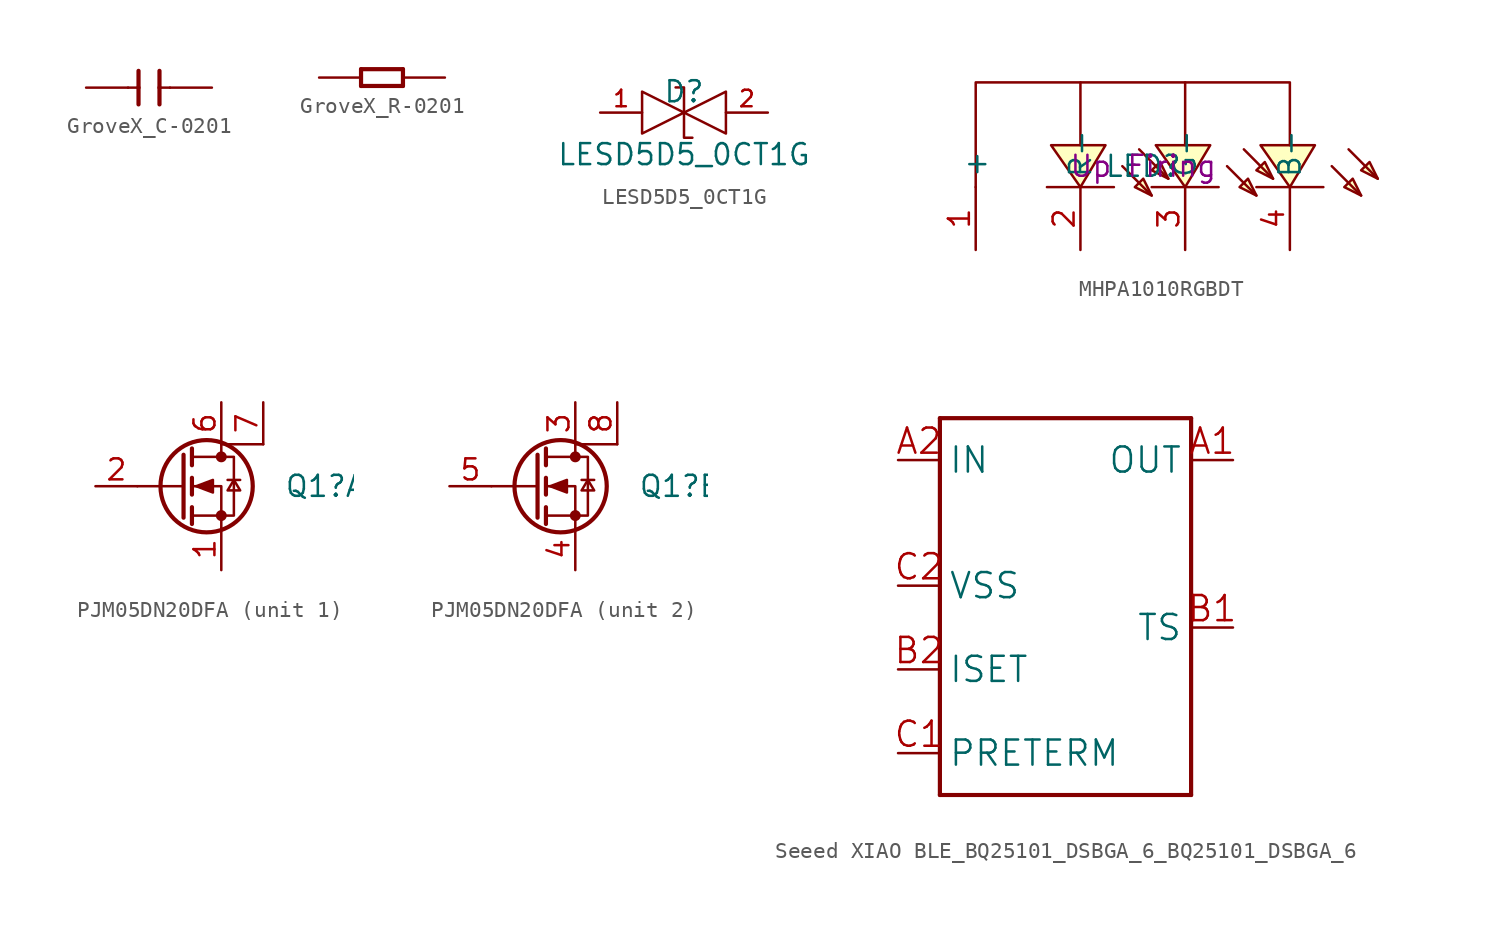
<source format=kicad_sym>
(kicad_symbol_lib
  (version 20241209)
  (generator "kicad_symbol_editor")
  (generator_version "9.0")
  (symbol "GroveX_C-0201"
    (property "Reference" "C"
      (at -2.54 0 0)
      (effects (font (size 0.635 0.54)) (justify left bottom) (hide yes)))
    (property "ki_locked" ""
      (at 0 0 0)
      (effects (font (size 1.27 1.27))))
    (symbol "GroveX_C-0201_1_0"
      (polyline (pts (xy -1.27 0) (xy -0.635 0)) (stroke (width 0.152) (type solid)) (fill (type none)))
      (polyline (pts (xy -0.635 0) (xy -0.635 1.016)) (stroke (width 0.254) (type solid)) (fill (type none)))
      (polyline (pts (xy -0.635 -1.016) (xy -0.635 0)) (stroke (width 0.254) (type solid)) (fill (type none)))
      (polyline (pts (xy 0.635 1.016) (xy 0.635 0)) (stroke (width 0.254) (type solid)) (fill (type none)))
      (polyline (pts (xy 0.635 0) (xy 0.635 -1.016)) (stroke (width 0.254) (type solid)) (fill (type none)))
      (polyline (pts (xy 0.635 0) (xy 1.27 0)) (stroke (width 0.152) (type solid)) (fill (type none)))
      (pin passive line (at -3.81 0 0) (length 2.54) (name "1" (effects (font (size 0 0)))) (number "1" (effects (font (size 0 0)))))
      (pin passive line (at 3.81 0 180) (length 2.54) (name "2" (effects (font (size 0 0)))) (number "2" (effects (font (size 0 0)))))))
  (symbol "GroveX_R-0201"
    (property "Reference" "R"
      (at -2.54 0 0)
      (effects (font (size 0.635 0.54)) (justify left bottom) (hide yes)))
    (property "ki_locked" ""
      (at 0 0 0)
      (effects (font (size 1.27 1.27))))
    (symbol "GroveX_R-0201_1_0"
      (polyline (pts (xy -1.27 0.508) (xy 1.27 0.508)) (stroke (width 0.254) (type solid)) (fill (type none)))
      (polyline (pts (xy -1.27 -0.508) (xy -1.27 0.508)) (stroke (width 0.254) (type solid)) (fill (type none)))
      (polyline (pts (xy 1.27 0.508) (xy 1.27 -0.508)) (stroke (width 0.254) (type solid)) (fill (type none)))
      (polyline (pts (xy 1.27 -0.508) (xy -1.27 -0.508)) (stroke (width 0.254) (type solid)) (fill (type none)))
      (pin passive line (at -3.81 0 0) (length 2.54) (name "1" (effects (font (size 0 0)))) (number "1" (effects (font (size 0 0)))))
      (pin passive line (at 3.81 0 180) (length 2.54) (name "2" (effects (font (size 0 0)))) (number "2" (effects (font (size 0 0)))))))
  (symbol "LESD5D5_0CT1G"
    (pin_names
      (hide yes))
    (property "Reference" "D"
      (at 0 1.27 0)
      (effects (font (size 1.27 1.27))))
    (property "Value" "LESD5D5_0CT1G"
      (at 0 -2.54 0)
      (effects (font (size 1.27 1.27))))
    (symbol "LESD5D5_0CT1G_0_1"
      (polyline (pts (xy -0.508 1.524) (xy -0.508 1.524) (xy 0 1.524) (xy 0 -1.524) (xy 0.508 -1.524) (xy 0.508 -1.524)) (stroke (width 0) (type default)) (fill (type none)))
      (pin unspecified line (at -5.08 0 0) (length 2.54) (name "1" (effects (font (size 1 1)))) (number "1" (effects (font (size 1 1)))))
      (pin unspecified line (at 5.08 0 180) (length 2.54) (name "2" (effects (font (size 1 1)))) (number "2" (effects (font (size 1 1))))))
    (symbol "LESD5D5_0CT1G_1_1"
      (polyline (pts (xy -2.54 1.27) (xy 0 0) (xy -2.54 -1.27) (xy -2.54 1.27)) (stroke (width 0) (type default)) (fill (type none)))
      (polyline (pts (xy 2.54 1.27) (xy 0 0) (xy 2.54 -1.27) (xy 2.54 1.27)) (stroke (width 0) (type default)) (fill (type none)))))
  (symbol "MHPA1010RGBDT"
    (property "Reference" "LED"
      (at 0 0 0)
      (effects (font (size 1.27 1.27))))
    (property "Note" "Up Firing"
      (at 0 0 0)
      (effects (font (size 1.27 1.27))))
    (symbol "MHPA1010RGBDT_0_1"
      (polyline (pts (xy -5.84 -1.27) (xy -1.78 -1.27)) (stroke (width 0) (type default)) (fill (type none)))
      (polyline (pts (xy -3.81 5.08) (xy -3.81 1.27)) (stroke (width 0) (type default)) (fill (type none)))
      (polyline (pts (xy -2.29 1.27) (xy -3.81 -1.27) (xy -5.59 1.27) (xy -2.29 1.27)) (stroke (width 0) (type default)) (fill (type background)))
      (polyline (pts (xy -1.27 0) (xy 0.51 -1.78)) (stroke (width 0) (type default)) (fill (type none)))
      (polyline (pts (xy -0.25 1.02) (xy 1.52 -0.76)) (stroke (width 0) (type default)) (fill (type none)))
      (polyline (pts (xy 0.51 -1.27) (xy 4.57 -1.27)) (stroke (width 0) (type default)) (fill (type none)))
      (polyline (pts (xy 0.51 -1.78) (xy -0.51 -1.27) (xy 0 -0.76) (xy 0.51 -1.78)) (stroke (width 0) (type default)) (fill (type background)))
      (polyline (pts (xy 1.52 -0.76) (xy 0.51 -0.25) (xy 1.02 0.25) (xy 1.52 -0.76)) (stroke (width 0) (type default)) (fill (type background)))
      (polyline (pts (xy 2.54 5.08) (xy 2.54 1.27)) (stroke (width 0) (type default)) (fill (type none)))
      (polyline (pts (xy 4.06 1.27) (xy 2.54 -1.27) (xy 0.76 1.27) (xy 4.06 1.27)) (stroke (width 0) (type default)) (fill (type background)))
      (polyline (pts (xy 5.08 0) (xy 6.86 -1.78)) (stroke (width 0) (type default)) (fill (type none)))
      (polyline (pts (xy 6.1 1.02) (xy 7.87 -0.76)) (stroke (width 0) (type default)) (fill (type none)))
      (polyline (pts (xy 6.86 -1.27) (xy 10.92 -1.27)) (stroke (width 0) (type default)) (fill (type none)))
      (polyline (pts (xy 6.86 -1.78) (xy 5.84 -1.27) (xy 6.35 -0.76) (xy 6.86 -1.78)) (stroke (width 0) (type default)) (fill (type background)))
      (polyline (pts (xy 7.87 -0.76) (xy 6.86 -0.25) (xy 7.37 0.25) (xy 7.87 -0.76)) (stroke (width 0) (type default)) (fill (type background)))
      (polyline (pts (xy 8.89 1.27) (xy 8.89 5.08) (xy -10.16 5.08) (xy -10.16 -1.27)) (stroke (width 0) (type default)) (fill (type none)))
      (polyline (pts (xy 10.41 1.27) (xy 8.89 -1.27) (xy 7.11 1.27) (xy 10.41 1.27)) (stroke (width 0) (type default)) (fill (type background)))
      (polyline (pts (xy 11.43 0) (xy 13.21 -1.78)) (stroke (width 0) (type default)) (fill (type none)))
      (polyline (pts (xy 12.45 1.02) (xy 14.22 -0.76)) (stroke (width 0) (type default)) (fill (type none)))
      (polyline (pts (xy 13.21 -1.78) (xy 12.19 -1.27) (xy 12.7 -0.76) (xy 13.21 -1.78)) (stroke (width 0) (type default)) (fill (type background)))
      (polyline (pts (xy 14.22 -0.76) (xy 13.21 -0.25) (xy 13.72 0.25) (xy 14.22 -0.76)) (stroke (width 0) (type default)) (fill (type background)))
      (pin unspecified line (at -10.16 -5.08 90) (length 3.81) (name "+" (effects (font (size 1.27 1.27)))) (number "1" (effects (font (size 1.27 1.27)))))
      (pin unspecified line (at -3.81 -5.08 90) (length 3.81) (name "R-" (effects (font (size 1.27 1.27)))) (number "2" (effects (font (size 1.27 1.27)))))
      (pin unspecified line (at 2.54 -5.08 90) (length 3.81) (name "G-" (effects (font (size 1.27 1.27)))) (number "3" (effects (font (size 1.27 1.27)))))
      (pin unspecified line (at 8.89 -5.08 90) (length 3.81) (name "B-" (effects (font (size 1.27 1.27)))) (number "4" (effects (font (size 1.27 1.27)))))))
  (symbol "PJM05DN20DFA"
    (pin_names
      (offset 0)
      (hide yes))
    (property "Reference" "Q1"
      (at 6.35 0.0001 0)
      (effects (font (size 1.27 1.27)) (justify left)))
    (symbol "PJM05DN20DFA_0_1"
      (polyline (pts (xy 0.254 1.905) (xy 0.254 -1.905)) (stroke (width 0.254) (type default)) (fill (type none)))
      (polyline (pts (xy 0.254 0) (xy -2.54 0)) (stroke (width 0) (type default)) (fill (type none)))
      (polyline (pts (xy 0.762 2.286) (xy 0.762 1.27)) (stroke (width 0.254) (type default)) (fill (type none)))
      (polyline (pts (xy 0.762 0.508) (xy 0.762 -0.508)) (stroke (width 0.254) (type default)) (fill (type none)))
      (polyline (pts (xy 0.762 -1.27) (xy 0.762 -2.286)) (stroke (width 0.254) (type default)) (fill (type none)))
      (polyline (pts (xy 0.762 -1.778) (xy 3.302 -1.778) (xy 3.302 1.778) (xy 0.762 1.778)) (stroke (width 0) (type default)) (fill (type none)))
      (polyline (pts (xy 1.016 0) (xy 2.032 0.381) (xy 2.032 -0.381) (xy 1.016 0)) (stroke (width 0) (type default)) (fill (type outline)))
      (circle (center 1.651 0) (radius 2.794) (stroke (width 0.254) (type default)) (fill (type none)))
      (polyline (pts (xy 2.54 2.54) (xy 2.54 1.778)) (stroke (width 0) (type default)) (fill (type none)))
      (circle (center 2.54 1.778) (radius 0.254) (stroke (width 0) (type default)) (fill (type outline)))
      (circle (center 2.54 -1.778) (radius 0.254) (stroke (width 0) (type default)) (fill (type outline)))
      (polyline (pts (xy 2.54 -2.54) (xy 2.54 0) (xy 0.762 0)) (stroke (width 0) (type default)) (fill (type none)))
      (polyline (pts (xy 2.921 0.381) (xy 3.683 0.381)) (stroke (width 0) (type default)) (fill (type none)))
      (polyline (pts (xy 3.302 0.381) (xy 2.921 -0.254) (xy 3.683 -0.254) (xy 3.302 0.381)) (stroke (width 0) (type default)) (fill (type none)))
      (polyline (pts (xy 5.08 2.54) (xy 2.54 2.54)) (stroke (width 0) (type default)) (fill (type none))))
    (symbol "PJM05DN20DFA_1_1"
      (pin input line (at -5.08 0 0) (length 2.54) (name "G" (effects (font (size 1.27 1.27)))) (number "2" (effects (font (size 1.27 1.27)))))
      (pin passive line (at 2.54 5.08 270) (length 2.54) (name "D" (effects (font (size 1.27 1.27)))) (number "6" (effects (font (size 1.27 1.27)))))
      (pin passive line (at 2.54 -5.08 90) (length 2.54) (name "S" (effects (font (size 1.27 1.27)))) (number "1" (effects (font (size 1.27 1.27)))))
      (pin passive line (at 5.08 5.08 270) (length 2.54) (name "D" (effects (font (size 1.27 1.27)))) (number "7" (effects (font (size 1.27 1.27))))))
    (symbol "PJM05DN20DFA_2_1"
      (pin input line (at -5.08 0 0) (length 2.54) (name "G" (effects (font (size 1.27 1.27)))) (number "5" (effects (font (size 1.27 1.27)))))
      (pin passive line (at 2.54 5.08 270) (length 2.54) (name "D" (effects (font (size 1.27 1.27)))) (number "3" (effects (font (size 1.27 1.27)))))
      (pin passive line (at 2.54 -5.08 90) (length 2.54) (name "S" (effects (font (size 1.27 1.27)))) (number "4" (effects (font (size 1.27 1.27)))))
      (pin passive line (at 5.08 5.08 270) (length 2.54) (name "D" (effects (font (size 1.27 1.27)))) (number "8" (effects (font (size 1.27 1.27)))))))
  (symbol "Seeed XIAO BLE_BQ25101_DSBGA_6_BQ25101_DSBGA_6"
    (property "Reference" "U"
      (at -10.16 12.7 0)
      (effects (font (size 1.778 1.511)) (justify left bottom) (hide yes)))
    (property "ki_locked" ""
      (at 0 0 0)
      (effects (font (size 1.27 1.27))))
    (symbol "Seeed XIAO BLE_BQ25101_DSBGA_6_BQ25101_DSBGA_6_1_0"
      (polyline (pts (xy -7.62 12.7) (xy 7.62 12.7)) (stroke (width 0.254) (type solid)) (fill (type none)))
      (polyline (pts (xy -7.62 -10.16) (xy -7.62 12.7)) (stroke (width 0.254) (type solid)) (fill (type none)))
      (polyline (pts (xy 7.62 12.7) (xy 7.62 -10.16)) (stroke (width 0.254) (type solid)) (fill (type none)))
      (polyline (pts (xy 7.62 -10.16) (xy -7.62 -10.16)) (stroke (width 0.254) (type solid)) (fill (type none)))
      (pin bidirectional line (at -10.16 10.16 0) (length 2.54) (name "IN" (effects (font (size 1.524 1.524)))) (number "A2" (effects (font (size 1.524 1.524)))))
      (pin bidirectional line (at -10.16 2.54 0) (length 2.54) (name "VSS" (effects (font (size 1.524 1.524)))) (number "C2" (effects (font (size 1.524 1.524)))))
      (pin bidirectional line (at -10.16 -2.54 0) (length 2.54) (name "ISET" (effects (font (size 1.524 1.524)))) (number "B2" (effects (font (size 1.524 1.524)))))
      (pin bidirectional line (at -10.16 -7.62 0) (length 2.54) (name "PRETERM" (effects (font (size 1.524 1.524)))) (number "C1" (effects (font (size 1.524 1.524)))))
      (pin bidirectional line (at 10.16 10.16 180) (length 2.54) (name "OUT" (effects (font (size 1.524 1.524)))) (number "A1" (effects (font (size 1.524 1.524)))))
      (pin bidirectional line (at 10.16 0 180) (length 2.54) (name "TS" (effects (font (size 1.524 1.524)))) (number "B1" (effects (font (size 1.524 1.524))))))))
</source>
